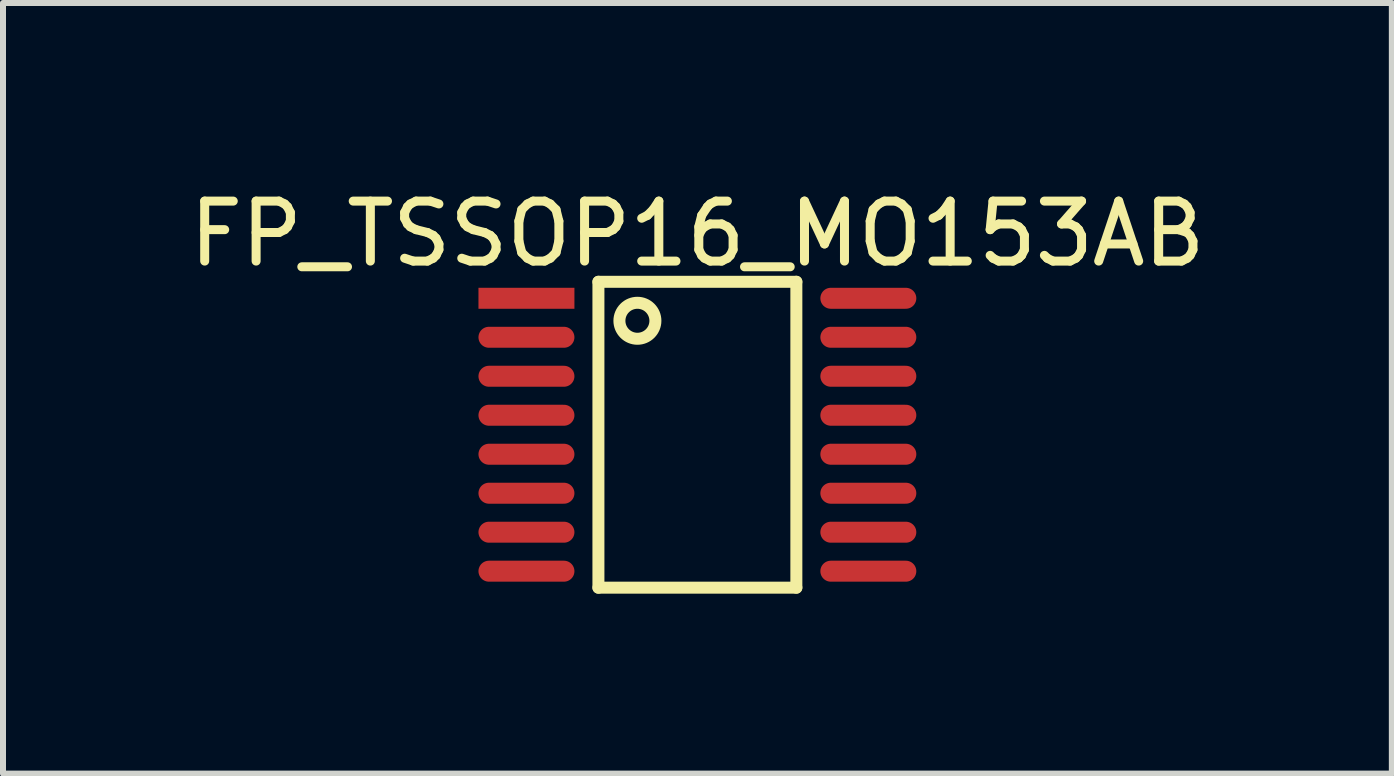
<source format=kicad_pcb>
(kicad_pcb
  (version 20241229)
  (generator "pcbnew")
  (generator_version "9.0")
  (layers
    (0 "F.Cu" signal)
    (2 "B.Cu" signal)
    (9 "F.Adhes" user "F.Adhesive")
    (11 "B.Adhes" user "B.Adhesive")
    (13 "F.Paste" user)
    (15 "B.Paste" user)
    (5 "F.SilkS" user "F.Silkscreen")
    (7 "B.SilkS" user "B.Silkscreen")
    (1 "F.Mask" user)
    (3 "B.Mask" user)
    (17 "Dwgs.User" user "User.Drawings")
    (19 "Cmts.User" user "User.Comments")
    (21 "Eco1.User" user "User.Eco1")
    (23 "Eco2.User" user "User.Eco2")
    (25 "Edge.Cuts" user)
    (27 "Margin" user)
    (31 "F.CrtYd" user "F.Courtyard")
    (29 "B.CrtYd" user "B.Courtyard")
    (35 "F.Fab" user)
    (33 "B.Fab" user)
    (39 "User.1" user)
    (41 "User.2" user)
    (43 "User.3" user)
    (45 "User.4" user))
  (footprint "FP_TSSOP16_MO153AB"
    (layer "F.Cu")
    (at 8.577 4.198)
    (property "Reference" "FP_TSSOP16_MO153AB" (at 0 -3.35 0) (layer "F.SilkS") (effects (font (size 1 1) (thickness 0.15))))
    (fp_line (start -1.65 -2.55) (end 1.65 -2.55) (stroke (width 0.2) (type solid)) (layer "F.SilkS"))
    (fp_line (start -1.65 2.55) (end -1.65 -2.55) (stroke (width 0.2) (type solid)) (layer "F.SilkS"))
    (fp_line (start -1.65 2.55) (end 1.65 2.55) (stroke (width 0.2) (type solid)) (layer "F.SilkS"))
    (fp_line (start 1.65 2.55) (end 1.65 -2.55) (stroke (width 0.2) (type solid)) (layer "F.SilkS"))
    (fp_circle (center -1 -1.9) (end -1 -2.2) (stroke (width 0.2) (type solid)) (fill no) (layer "F.SilkS"))
    (pad "1" smd rect (at -2.85 -2.275 90) (size 0.35 1.6) (layers "F.Cu" "F.Mask" "F.Paste"))
    (pad "2" smd oval (at -2.85 -1.625 90) (size 0.35 1.6) (layers "F.Cu" "F.Mask" "F.Paste"))
    (pad "3" smd oval (at -2.85 -0.975 90) (size 0.35 1.6) (layers "F.Cu" "F.Mask" "F.Paste"))
    (pad "4" smd oval (at -2.85 -0.325 90) (size 0.35 1.6) (layers "F.Cu" "F.Mask" "F.Paste"))
    (pad "5" smd oval (at -2.85 0.325 90) (size 0.35 1.6) (layers "F.Cu" "F.Mask" "F.Paste"))
    (pad "6" smd oval (at -2.85 0.975 90) (size 0.35 1.6) (layers "F.Cu" "F.Mask" "F.Paste"))
    (pad "7" smd oval (at -2.85 1.625 90) (size 0.35 1.6) (layers "F.Cu" "F.Mask" "F.Paste"))
    (pad "8" smd oval (at -2.85 2.275 90) (size 0.35 1.6) (layers "F.Cu" "F.Mask" "F.Paste"))
    (pad "9" smd oval (at 2.85 2.275 90) (size 0.35 1.6) (layers "F.Cu" "F.Mask" "F.Paste"))
    (pad "10" smd oval (at 2.85 1.625 90) (size 0.35 1.6) (layers "F.Cu" "F.Mask" "F.Paste"))
    (pad "11" smd oval (at 2.85 0.975 90) (size 0.35 1.6) (layers "F.Cu" "F.Mask" "F.Paste"))
    (pad "12" smd oval (at 2.85 0.325 90) (size 0.35 1.6) (layers "F.Cu" "F.Mask" "F.Paste"))
    (pad "13" smd oval (at 2.85 -0.325 90) (size 0.35 1.6) (layers "F.Cu" "F.Mask" "F.Paste"))
    (pad "14" smd oval (at 2.85 -0.975 90) (size 0.35 1.6) (layers "F.Cu" "F.Mask" "F.Paste"))
    (pad "15" smd oval (at 2.85 -1.625 90) (size 0.35 1.6) (layers "F.Cu" "F.Mask" "F.Paste"))
    (pad "16" smd oval (at 2.85 -2.275 90) (size 0.35 1.6) (layers "F.Cu" "F.Mask" "F.Paste")))
  (gr_rect
    (start -3 -3)
    (end 20.155 9.848)
    (stroke (width 0.1) (type default))
    (fill no)
    (layer "Edge.Cuts")))
</source>
